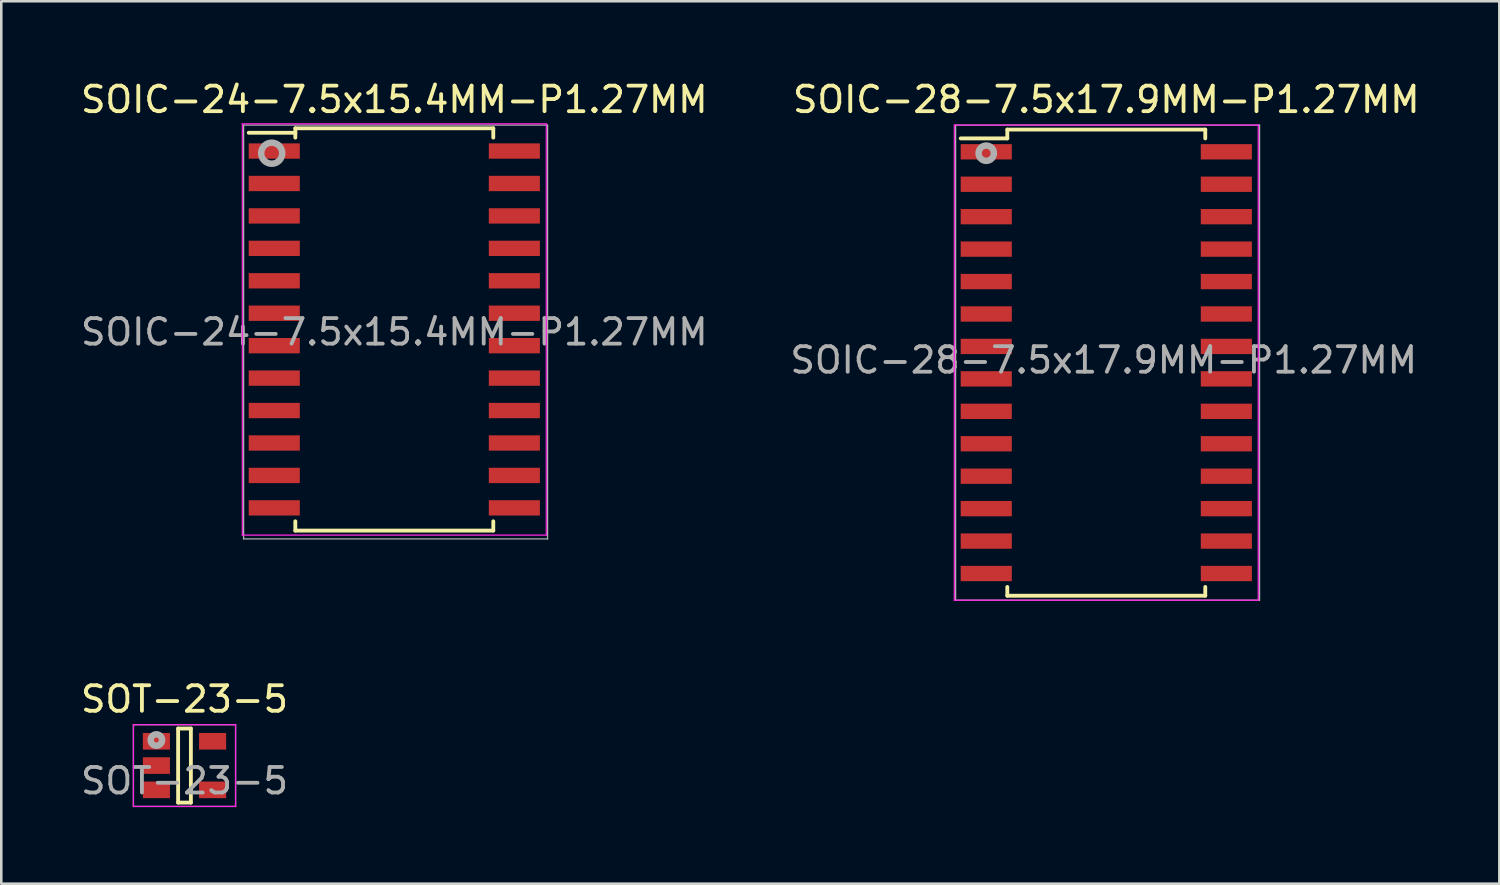
<source format=kicad_pcb>
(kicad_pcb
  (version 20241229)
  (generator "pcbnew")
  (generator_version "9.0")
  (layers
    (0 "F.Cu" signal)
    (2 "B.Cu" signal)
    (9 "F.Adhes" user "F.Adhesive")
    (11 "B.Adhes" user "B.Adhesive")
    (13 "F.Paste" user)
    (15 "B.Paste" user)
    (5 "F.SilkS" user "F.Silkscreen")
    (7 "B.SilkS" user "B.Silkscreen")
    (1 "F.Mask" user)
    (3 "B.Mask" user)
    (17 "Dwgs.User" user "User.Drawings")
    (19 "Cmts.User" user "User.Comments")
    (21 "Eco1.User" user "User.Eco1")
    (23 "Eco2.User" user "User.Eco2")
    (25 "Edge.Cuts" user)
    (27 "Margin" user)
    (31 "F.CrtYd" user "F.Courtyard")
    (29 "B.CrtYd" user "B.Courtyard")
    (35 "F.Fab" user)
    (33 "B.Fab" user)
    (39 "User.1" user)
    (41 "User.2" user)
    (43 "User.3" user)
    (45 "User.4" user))
  (footprint "SOIC-24-7.5x15.4MM-P1.27MM"
    (layer "F.Cu")
    (at 12.387 9.848)
    (property "Reference" "SOIC-24-7.5x15.4MM-P1.27MM" (at 0 0.1 0) (layer "F.Fab") (effects (font (size 1 1) (thickness 0.15))))
    (attr smd)
    (fp_line (start -3.875 -7.875) (end -3.875 -7.51) (stroke (width 0.15) (type solid)) (layer "F.SilkS"))
    (fp_line (start -3.875 -7.875) (end 3.875 -7.875) (stroke (width 0.15) (type solid)) (layer "F.SilkS"))
    (fp_line (start -3.875 -7.7) (end -5.7 -7.7) (stroke (width 0.15) (type solid)) (layer "F.SilkS"))
    (fp_line (start -3.875 7.875) (end -3.875 7.51) (stroke (width 0.15) (type solid)) (layer "F.SilkS"))
    (fp_line (start -3.875 7.875) (end 3.875 7.875) (stroke (width 0.15) (type solid)) (layer "F.SilkS"))
    (fp_line (start 3.875 -7.875) (end 3.875 -7.51) (stroke (width 0.15) (type solid)) (layer "F.SilkS"))
    (fp_line (start 3.875 7.875) (end 3.875 7.51) (stroke (width 0.15) (type solid)) (layer "F.SilkS"))
    (fp_line (start -5.95 -8.05) (end -5.95 8.05) (stroke (width 0.05) (type solid)) (layer "F.CrtYd"))
    (fp_line (start -5.95 -8.05) (end 5.95 -8.05) (stroke (width 0.05) (type solid)) (layer "F.CrtYd"))
    (fp_line (start -5.95 8.05) (end 5.95 8.05) (stroke (width 0.05) (type solid)) (layer "F.CrtYd"))
    (fp_line (start 5.95 -8.05) (end 5.95 8.05) (stroke (width 0.05) (type solid)) (layer "F.CrtYd"))
    (fp_line (start -5.9 -8) (end -5.9 8.2) (stroke (width 0.051) (type solid)) (layer "F.Fab"))
    (fp_line (start -5.9 8.2) (end 6 8.2) (stroke (width 0.051) (type solid)) (layer "F.Fab"))
    (fp_line (start 6 -8) (end -5.9 -8) (stroke (width 0.051) (type solid)) (layer "F.Fab"))
    (fp_line (start 6 8.2) (end 6 -8) (stroke (width 0.051) (type solid)) (layer "F.Fab"))
    (fp_circle (center -4.8 -6.9) (end -4.7 -6.5) (stroke (width 0.254) (type solid)) (fill no) (layer "F.Fab"))
    (fp_text user "${REFERENCE}" (at 0 -9 0) (layer "F.SilkS") (effects (font (size 1 1) (thickness 0.15))))
    (pad "1" smd rect (at -4.7 -6.985) (size 2 0.6) (layers "F.Cu" "F.Mask" "F.Paste"))
    (pad "2" smd rect (at -4.7 -5.715) (size 2 0.6) (layers "F.Cu" "F.Mask" "F.Paste"))
    (pad "3" smd rect (at -4.7 -4.445) (size 2 0.6) (layers "F.Cu" "F.Mask" "F.Paste"))
    (pad "4" smd rect (at -4.7 -3.175) (size 2 0.6) (layers "F.Cu" "F.Mask" "F.Paste"))
    (pad "5" smd rect (at -4.7 -1.905) (size 2 0.6) (layers "F.Cu" "F.Mask" "F.Paste"))
    (pad "6" smd rect (at -4.7 -0.635) (size 2 0.6) (layers "F.Cu" "F.Mask" "F.Paste"))
    (pad "7" smd rect (at -4.7 0.635) (size 2 0.6) (layers "F.Cu" "F.Mask" "F.Paste"))
    (pad "8" smd rect (at -4.7 1.905) (size 2 0.6) (layers "F.Cu" "F.Mask" "F.Paste"))
    (pad "9" smd rect (at -4.7 3.175) (size 2 0.6) (layers "F.Cu" "F.Mask" "F.Paste"))
    (pad "10" smd rect (at -4.7 4.445) (size 2 0.6) (layers "F.Cu" "F.Mask" "F.Paste"))
    (pad "11" smd rect (at -4.7 5.715) (size 2 0.6) (layers "F.Cu" "F.Mask" "F.Paste"))
    (pad "12" smd rect (at -4.7 6.985) (size 2 0.6) (layers "F.Cu" "F.Mask" "F.Paste"))
    (pad "13" smd rect (at 4.7 6.985) (size 2 0.6) (layers "F.Cu" "F.Mask" "F.Paste"))
    (pad "14" smd rect (at 4.7 5.715) (size 2 0.6) (layers "F.Cu" "F.Mask" "F.Paste"))
    (pad "15" smd rect (at 4.7 4.445) (size 2 0.6) (layers "F.Cu" "F.Mask" "F.Paste"))
    (pad "16" smd rect (at 4.7 3.175) (size 2 0.6) (layers "F.Cu" "F.Mask" "F.Paste"))
    (pad "17" smd rect (at 4.7 1.905) (size 2 0.6) (layers "F.Cu" "F.Mask" "F.Paste"))
    (pad "18" smd rect (at 4.7 0.635) (size 2 0.6) (layers "F.Cu" "F.Mask" "F.Paste"))
    (pad "19" smd rect (at 4.7 -0.635) (size 2 0.6) (layers "F.Cu" "F.Mask" "F.Paste"))
    (pad "20" smd rect (at 4.7 -1.905) (size 2 0.6) (layers "F.Cu" "F.Mask" "F.Paste"))
    (pad "21" smd rect (at 4.7 -3.175) (size 2 0.6) (layers "F.Cu" "F.Mask" "F.Paste"))
    (pad "22" smd rect (at 4.7 -4.445) (size 2 0.6) (layers "F.Cu" "F.Mask" "F.Paste"))
    (pad "23" smd rect (at 4.7 -5.715) (size 2 0.6) (layers "F.Cu" "F.Mask" "F.Paste"))
    (pad "24" smd rect (at 4.7 -6.985) (size 2 0.6) (layers "F.Cu" "F.Mask" "F.Paste")))
  (footprint "SOIC-28-7.5x17.9MM-P1.27MM"
    (layer "F.Cu")
    (at 40.261 11.148)
    (property "Reference" "SOIC-28-7.5x17.9MM-P1.27MM" (at -0.1 -0.1 0) (layer "F.Fab") (effects (font (size 1 1) (thickness 0.15))))
    (attr smd)
    (fp_line (start -3.875 -9.125) (end -3.875 -8.78) (stroke (width 0.15) (type solid)) (layer "F.SilkS"))
    (fp_line (start -3.875 -9.125) (end 3.875 -9.125) (stroke (width 0.15) (type solid)) (layer "F.SilkS"))
    (fp_line (start -3.875 -8.78) (end -5.7 -8.78) (stroke (width 0.15) (type solid)) (layer "F.SilkS"))
    (fp_line (start -3.875 9.125) (end -3.875 8.78) (stroke (width 0.15) (type solid)) (layer "F.SilkS"))
    (fp_line (start -3.875 9.125) (end 3.875 9.125) (stroke (width 0.15) (type solid)) (layer "F.SilkS"))
    (fp_line (start 3.875 -9.125) (end 3.875 -8.78) (stroke (width 0.15) (type solid)) (layer "F.SilkS"))
    (fp_line (start 3.875 9.125) (end 3.875 8.78) (stroke (width 0.15) (type solid)) (layer "F.SilkS"))
    (fp_line (start -5.95 -9.3) (end -5.95 9.3) (stroke (width 0.05) (type solid)) (layer "F.CrtYd"))
    (fp_line (start -5.95 -9.3) (end 5.95 -9.3) (stroke (width 0.05) (type solid)) (layer "F.CrtYd"))
    (fp_line (start -5.95 9.3) (end 5.95 9.3) (stroke (width 0.05) (type solid)) (layer "F.CrtYd"))
    (fp_line (start 5.95 -9.3) (end 5.95 9.3) (stroke (width 0.05) (type solid)) (layer "F.CrtYd"))
    (fp_line (start -5.9 -9.3) (end -5.9 9.3) (stroke (width 0.051) (type solid)) (layer "F.Fab"))
    (fp_line (start -5.9 9.3) (end 6 9.3) (stroke (width 0.051) (type solid)) (layer "F.Fab"))
    (fp_line (start 6 -9.3) (end -5.9 -9.3) (stroke (width 0.051) (type solid)) (layer "F.Fab"))
    (fp_line (start 6 9.3) (end 6 -9.3) (stroke (width 0.051) (type solid)) (layer "F.Fab"))
    (fp_circle (center -4.7 -8.2) (end -4.7 -7.9) (stroke (width 0.254) (type solid)) (fill no) (layer "F.Fab"))
    (fp_text user "${REFERENCE}" (at 0 -10.3 0) (layer "F.SilkS") (effects (font (size 1 1) (thickness 0.15))))
    (pad "1" smd rect (at -4.7 -8.255) (size 2 0.6) (layers "F.Cu" "F.Mask" "F.Paste"))
    (pad "2" smd rect (at -4.7 -6.985) (size 2 0.6) (layers "F.Cu" "F.Mask" "F.Paste"))
    (pad "3" smd rect (at -4.7 -5.715) (size 2 0.6) (layers "F.Cu" "F.Mask" "F.Paste"))
    (pad "4" smd rect (at -4.7 -4.445) (size 2 0.6) (layers "F.Cu" "F.Mask" "F.Paste"))
    (pad "5" smd rect (at -4.7 -3.175) (size 2 0.6) (layers "F.Cu" "F.Mask" "F.Paste"))
    (pad "6" smd rect (at -4.7 -1.905) (size 2 0.6) (layers "F.Cu" "F.Mask" "F.Paste"))
    (pad "7" smd rect (at -4.7 -0.635) (size 2 0.6) (layers "F.Cu" "F.Mask" "F.Paste"))
    (pad "8" smd rect (at -4.7 0.635) (size 2 0.6) (layers "F.Cu" "F.Mask" "F.Paste"))
    (pad "9" smd rect (at -4.7 1.905) (size 2 0.6) (layers "F.Cu" "F.Mask" "F.Paste"))
    (pad "10" smd rect (at -4.7 3.175) (size 2 0.6) (layers "F.Cu" "F.Mask" "F.Paste"))
    (pad "11" smd rect (at -4.7 4.445) (size 2 0.6) (layers "F.Cu" "F.Mask" "F.Paste"))
    (pad "12" smd rect (at -4.7 5.715) (size 2 0.6) (layers "F.Cu" "F.Mask" "F.Paste"))
    (pad "13" smd rect (at -4.7 6.985) (size 2 0.6) (layers "F.Cu" "F.Mask" "F.Paste"))
    (pad "14" smd rect (at -4.7 8.255) (size 2 0.6) (layers "F.Cu" "F.Mask" "F.Paste"))
    (pad "15" smd rect (at 4.7 8.255) (size 2 0.6) (layers "F.Cu" "F.Mask" "F.Paste"))
    (pad "16" smd rect (at 4.7 6.985) (size 2 0.6) (layers "F.Cu" "F.Mask" "F.Paste"))
    (pad "17" smd rect (at 4.7 5.715) (size 2 0.6) (layers "F.Cu" "F.Mask" "F.Paste"))
    (pad "18" smd rect (at 4.7 4.445) (size 2 0.6) (layers "F.Cu" "F.Mask" "F.Paste"))
    (pad "19" smd rect (at 4.7 3.175) (size 2 0.6) (layers "F.Cu" "F.Mask" "F.Paste"))
    (pad "20" smd rect (at 4.7 1.905) (size 2 0.6) (layers "F.Cu" "F.Mask" "F.Paste"))
    (pad "21" smd rect (at 4.7 0.635) (size 2 0.6) (layers "F.Cu" "F.Mask" "F.Paste"))
    (pad "22" smd rect (at 4.7 -0.635) (size 2 0.6) (layers "F.Cu" "F.Mask" "F.Paste"))
    (pad "23" smd rect (at 4.7 -1.905) (size 2 0.6) (layers "F.Cu" "F.Mask" "F.Paste"))
    (pad "24" smd rect (at 4.7 -3.175) (size 2 0.6) (layers "F.Cu" "F.Mask" "F.Paste"))
    (pad "25" smd rect (at 4.7 -4.445) (size 2 0.6) (layers "F.Cu" "F.Mask" "F.Paste"))
    (pad "26" smd rect (at 4.7 -5.715) (size 2 0.6) (layers "F.Cu" "F.Mask" "F.Paste"))
    (pad "27" smd rect (at 4.7 -6.985) (size 2 0.6) (layers "F.Cu" "F.Mask" "F.Paste"))
    (pad "28" smd rect (at 4.7 -8.255) (size 2 0.6) (layers "F.Cu" "F.Mask" "F.Paste")))
  (footprint "SOT-23-5"
    (layer "F.Cu")
    (at 4.173 26.922)
    (property "Reference" "SOT-23-5" (at 0 0.6 0) (layer "F.Fab") (effects (font (size 1 1) (thickness 0.15))))
    (attr smd)
    (fp_line (start -0.25 -1.45) (end -0.25 1.45) (stroke (width 0.15) (type solid)) (layer "F.SilkS"))
    (fp_line (start -0.25 1.45) (end 0.25 1.45) (stroke (width 0.15) (type solid)) (layer "F.SilkS"))
    (fp_line (start 0.25 -1.45) (end -0.25 -1.45) (stroke (width 0.15) (type solid)) (layer "F.SilkS"))
    (fp_line (start 0.25 1.45) (end 0.25 -1.45) (stroke (width 0.15) (type solid)) (layer "F.SilkS"))
    (fp_line (start -2 -1.6) (end 2 -1.6) (stroke (width 0.05) (type solid)) (layer "F.CrtYd"))
    (fp_line (start -2 1.6) (end -2 -1.6) (stroke (width 0.05) (type solid)) (layer "F.CrtYd"))
    (fp_line (start 2 -1.6) (end 2 1.6) (stroke (width 0.05) (type solid)) (layer "F.CrtYd"))
    (fp_line (start 2 1.6) (end -2 1.6) (stroke (width 0.05) (type solid)) (layer "F.CrtYd"))
    (fp_line (start -2 -1.6) (end 2 -1.6) (stroke (width 0.051) (type solid)) (layer "F.Fab"))
    (fp_line (start -2 1.6) (end -2 -1.6) (stroke (width 0.051) (type solid)) (layer "F.Fab"))
    (fp_line (start 2 -1.6) (end 2 1.6) (stroke (width 0.051) (type solid)) (layer "F.Fab"))
    (fp_line (start 2 1.6) (end -2 1.6) (stroke (width 0.051) (type solid)) (layer "F.Fab"))
    (fp_circle (center -1.1 -1) (end -1 -0.8) (stroke (width 0.254) (type solid)) (fill no) (layer "F.Fab"))
    (fp_text user "${REFERENCE}" (at 0 -2.6 0) (layer "F.SilkS") (effects (font (size 1 1) (thickness 0.15))))
    (pad "1" smd rect (at -1.1 -0.95) (size 1.06 0.65) (layers "F.Cu" "F.Mask" "F.Paste"))
    (pad "2" smd rect (at -1.1 0) (size 1.06 0.65) (layers "F.Cu" "F.Mask" "F.Paste"))
    (pad "3" smd rect (at -1.1 0.95) (size 1.06 0.65) (layers "F.Cu" "F.Mask" "F.Paste"))
    (pad "4" smd rect (at 1.1 0.95) (size 1.06 0.65) (layers "F.Cu" "F.Mask" "F.Paste"))
    (pad "5" smd rect (at 1.1 -0.95) (size 1.06 0.65) (layers "F.Cu" "F.Mask" "F.Paste")))
  (gr_rect
    (start -3 -3)
    (end 55.648 31.547)
    (stroke (width 0.1) (type default))
    (fill no)
    (layer "Edge.Cuts")))
</source>
